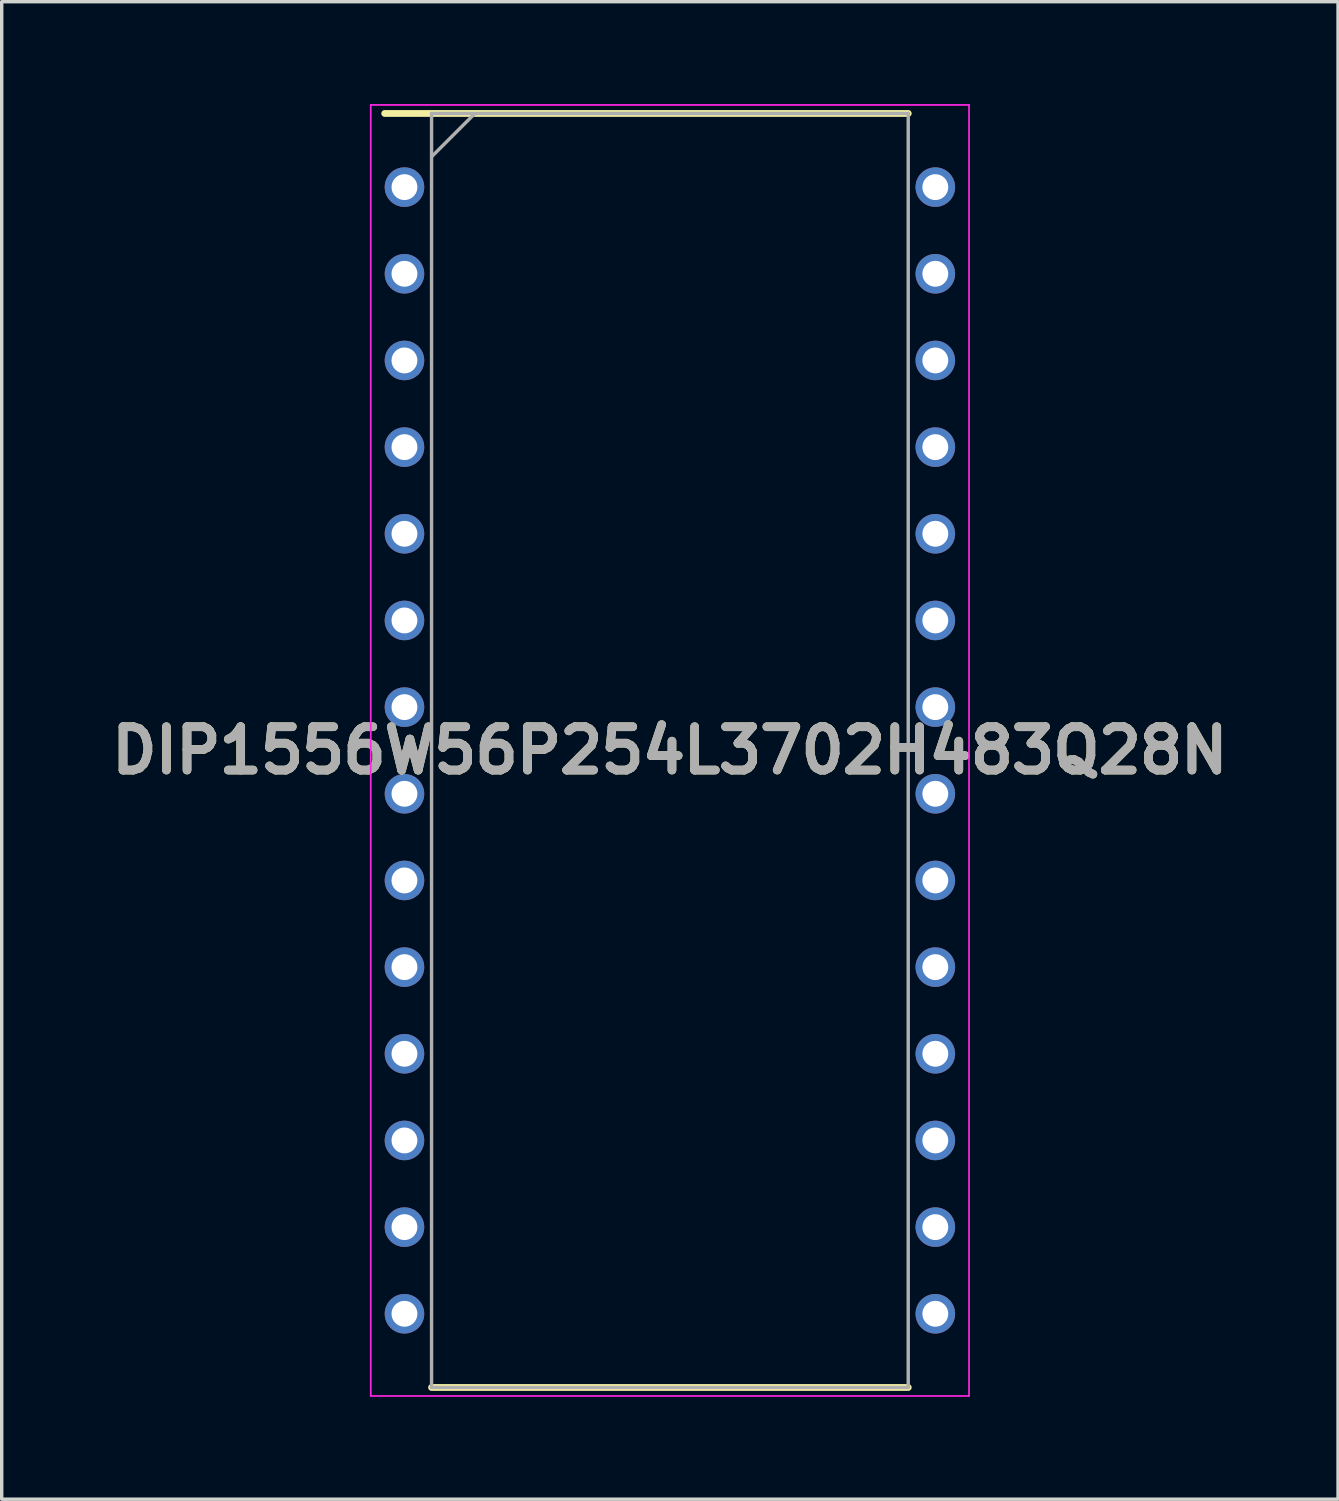
<source format=kicad_pcb>
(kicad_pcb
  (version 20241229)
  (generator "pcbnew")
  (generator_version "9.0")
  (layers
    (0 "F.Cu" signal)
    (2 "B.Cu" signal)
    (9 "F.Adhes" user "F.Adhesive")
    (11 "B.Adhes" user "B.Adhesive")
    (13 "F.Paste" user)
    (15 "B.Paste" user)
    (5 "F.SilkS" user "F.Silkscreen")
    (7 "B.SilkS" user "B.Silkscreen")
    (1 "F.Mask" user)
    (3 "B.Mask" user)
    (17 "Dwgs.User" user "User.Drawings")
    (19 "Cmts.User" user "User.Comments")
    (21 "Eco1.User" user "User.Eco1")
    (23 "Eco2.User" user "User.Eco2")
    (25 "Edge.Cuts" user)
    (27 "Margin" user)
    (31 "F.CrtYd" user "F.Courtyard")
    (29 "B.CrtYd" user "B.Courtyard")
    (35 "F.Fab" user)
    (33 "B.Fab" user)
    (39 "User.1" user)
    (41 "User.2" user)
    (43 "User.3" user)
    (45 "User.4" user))
  (footprint "DIP1556W56P254L3702H483Q28N"
    (layer "F.Cu")
    (at 16.583 18.944)
    (property "Reference" "DIP1556W56P254L3702H483Q28N" (at 0 0 0) (layer "F.SilkS") (effects (font (size 1.27 1.27) (thickness 0.254))))
    (attr through_hole)
    (fp_line (start -8.358 -18.669) (end 6.985 -18.669) (stroke (width 0.2) (type solid)) (layer "F.SilkS"))
    (fp_line (start -6.985 18.669) (end 6.985 18.669) (stroke (width 0.2) (type solid)) (layer "F.SilkS"))
    (fp_line (start -8.767 -18.919) (end 8.767 -18.919) (stroke (width 0.05) (type solid)) (layer "F.CrtYd"))
    (fp_line (start -8.767 18.919) (end -8.767 -18.919) (stroke (width 0.05) (type solid)) (layer "F.CrtYd"))
    (fp_line (start 8.767 -18.919) (end 8.767 18.919) (stroke (width 0.05) (type solid)) (layer "F.CrtYd"))
    (fp_line (start 8.767 18.919) (end -8.767 18.919) (stroke (width 0.05) (type solid)) (layer "F.CrtYd"))
    (fp_line (start -6.985 -18.669) (end 6.985 -18.669) (stroke (width 0.1) (type solid)) (layer "F.Fab"))
    (fp_line (start -6.985 -17.399) (end -5.715 -18.669) (stroke (width 0.1) (type solid)) (layer "F.Fab"))
    (fp_line (start -6.985 18.669) (end -6.985 -18.669) (stroke (width 0.1) (type solid)) (layer "F.Fab"))
    (fp_line (start 6.985 -18.669) (end 6.985 18.669) (stroke (width 0.1) (type solid)) (layer "F.Fab"))
    (fp_line (start 6.985 18.669) (end -6.985 18.669) (stroke (width 0.1) (type solid)) (layer "F.Fab"))
    (fp_text user "${REFERENCE}" (at 0 0 0) (layer "F.Fab") (effects (font (size 1.27 1.27) (thickness 0.254))))
    (pad "1" thru_hole circle (at -7.779 -16.51) (size 1.159 1.159) (drill 0.759) (layers "*.Cu" "*.Mask"))
    (pad "2" thru_hole circle (at -7.779 -13.97) (size 1.159 1.159) (drill 0.759) (layers "*.Cu" "*.Mask"))
    (pad "3" thru_hole circle (at -7.779 -11.43) (size 1.159 1.159) (drill 0.759) (layers "*.Cu" "*.Mask"))
    (pad "4" thru_hole circle (at -7.779 -8.89) (size 1.159 1.159) (drill 0.759) (layers "*.Cu" "*.Mask"))
    (pad "5" thru_hole circle (at -7.779 -6.35) (size 1.159 1.159) (drill 0.759) (layers "*.Cu" "*.Mask"))
    (pad "6" thru_hole circle (at -7.779 -3.81) (size 1.159 1.159) (drill 0.759) (layers "*.Cu" "*.Mask"))
    (pad "7" thru_hole circle (at -7.779 -1.27) (size 1.159 1.159) (drill 0.759) (layers "*.Cu" "*.Mask"))
    (pad "8" thru_hole circle (at -7.779 1.27) (size 1.159 1.159) (drill 0.759) (layers "*.Cu" "*.Mask"))
    (pad "9" thru_hole circle (at -7.779 3.81) (size 1.159 1.159) (drill 0.759) (layers "*.Cu" "*.Mask"))
    (pad "10" thru_hole circle (at -7.779 6.35) (size 1.159 1.159) (drill 0.759) (layers "*.Cu" "*.Mask"))
    (pad "11" thru_hole circle (at -7.779 8.89) (size 1.159 1.159) (drill 0.759) (layers "*.Cu" "*.Mask"))
    (pad "12" thru_hole circle (at -7.779 11.43) (size 1.159 1.159) (drill 0.759) (layers "*.Cu" "*.Mask"))
    (pad "13" thru_hole circle (at -7.779 13.97) (size 1.159 1.159) (drill 0.759) (layers "*.Cu" "*.Mask"))
    (pad "14" thru_hole circle (at -7.779 16.51) (size 1.159 1.159) (drill 0.759) (layers "*.Cu" "*.Mask"))
    (pad "15" thru_hole circle (at 7.779 16.51) (size 1.159 1.159) (drill 0.759) (layers "*.Cu" "*.Mask"))
    (pad "16" thru_hole circle (at 7.779 13.97) (size 1.159 1.159) (drill 0.759) (layers "*.Cu" "*.Mask"))
    (pad "17" thru_hole circle (at 7.779 11.43) (size 1.159 1.159) (drill 0.759) (layers "*.Cu" "*.Mask"))
    (pad "18" thru_hole circle (at 7.779 8.89) (size 1.159 1.159) (drill 0.759) (layers "*.Cu" "*.Mask"))
    (pad "19" thru_hole circle (at 7.779 6.35) (size 1.159 1.159) (drill 0.759) (layers "*.Cu" "*.Mask"))
    (pad "20" thru_hole circle (at 7.779 3.81) (size 1.159 1.159) (drill 0.759) (layers "*.Cu" "*.Mask"))
    (pad "21" thru_hole circle (at 7.779 1.27) (size 1.159 1.159) (drill 0.759) (layers "*.Cu" "*.Mask"))
    (pad "22" thru_hole circle (at 7.779 -1.27) (size 1.159 1.159) (drill 0.759) (layers "*.Cu" "*.Mask"))
    (pad "23" thru_hole circle (at 7.779 -3.81) (size 1.159 1.159) (drill 0.759) (layers "*.Cu" "*.Mask"))
    (pad "24" thru_hole circle (at 7.779 -6.35) (size 1.159 1.159) (drill 0.759) (layers "*.Cu" "*.Mask"))
    (pad "25" thru_hole circle (at 7.779 -8.89) (size 1.159 1.159) (drill 0.759) (layers "*.Cu" "*.Mask"))
    (pad "26" thru_hole circle (at 7.779 -11.43) (size 1.159 1.159) (drill 0.759) (layers "*.Cu" "*.Mask"))
    (pad "27" thru_hole circle (at 7.779 -13.97) (size 1.159 1.159) (drill 0.759) (layers "*.Cu" "*.Mask"))
    (pad "28" thru_hole circle (at 7.779 -16.51) (size 1.159 1.159) (drill 0.759) (layers "*.Cu" "*.Mask")))
  (gr_rect
    (start -3 -3)
    (end 36.165 40.888)
    (stroke (width 0.1) (type default))
    (fill no)
    (layer "Edge.Cuts")))
</source>
